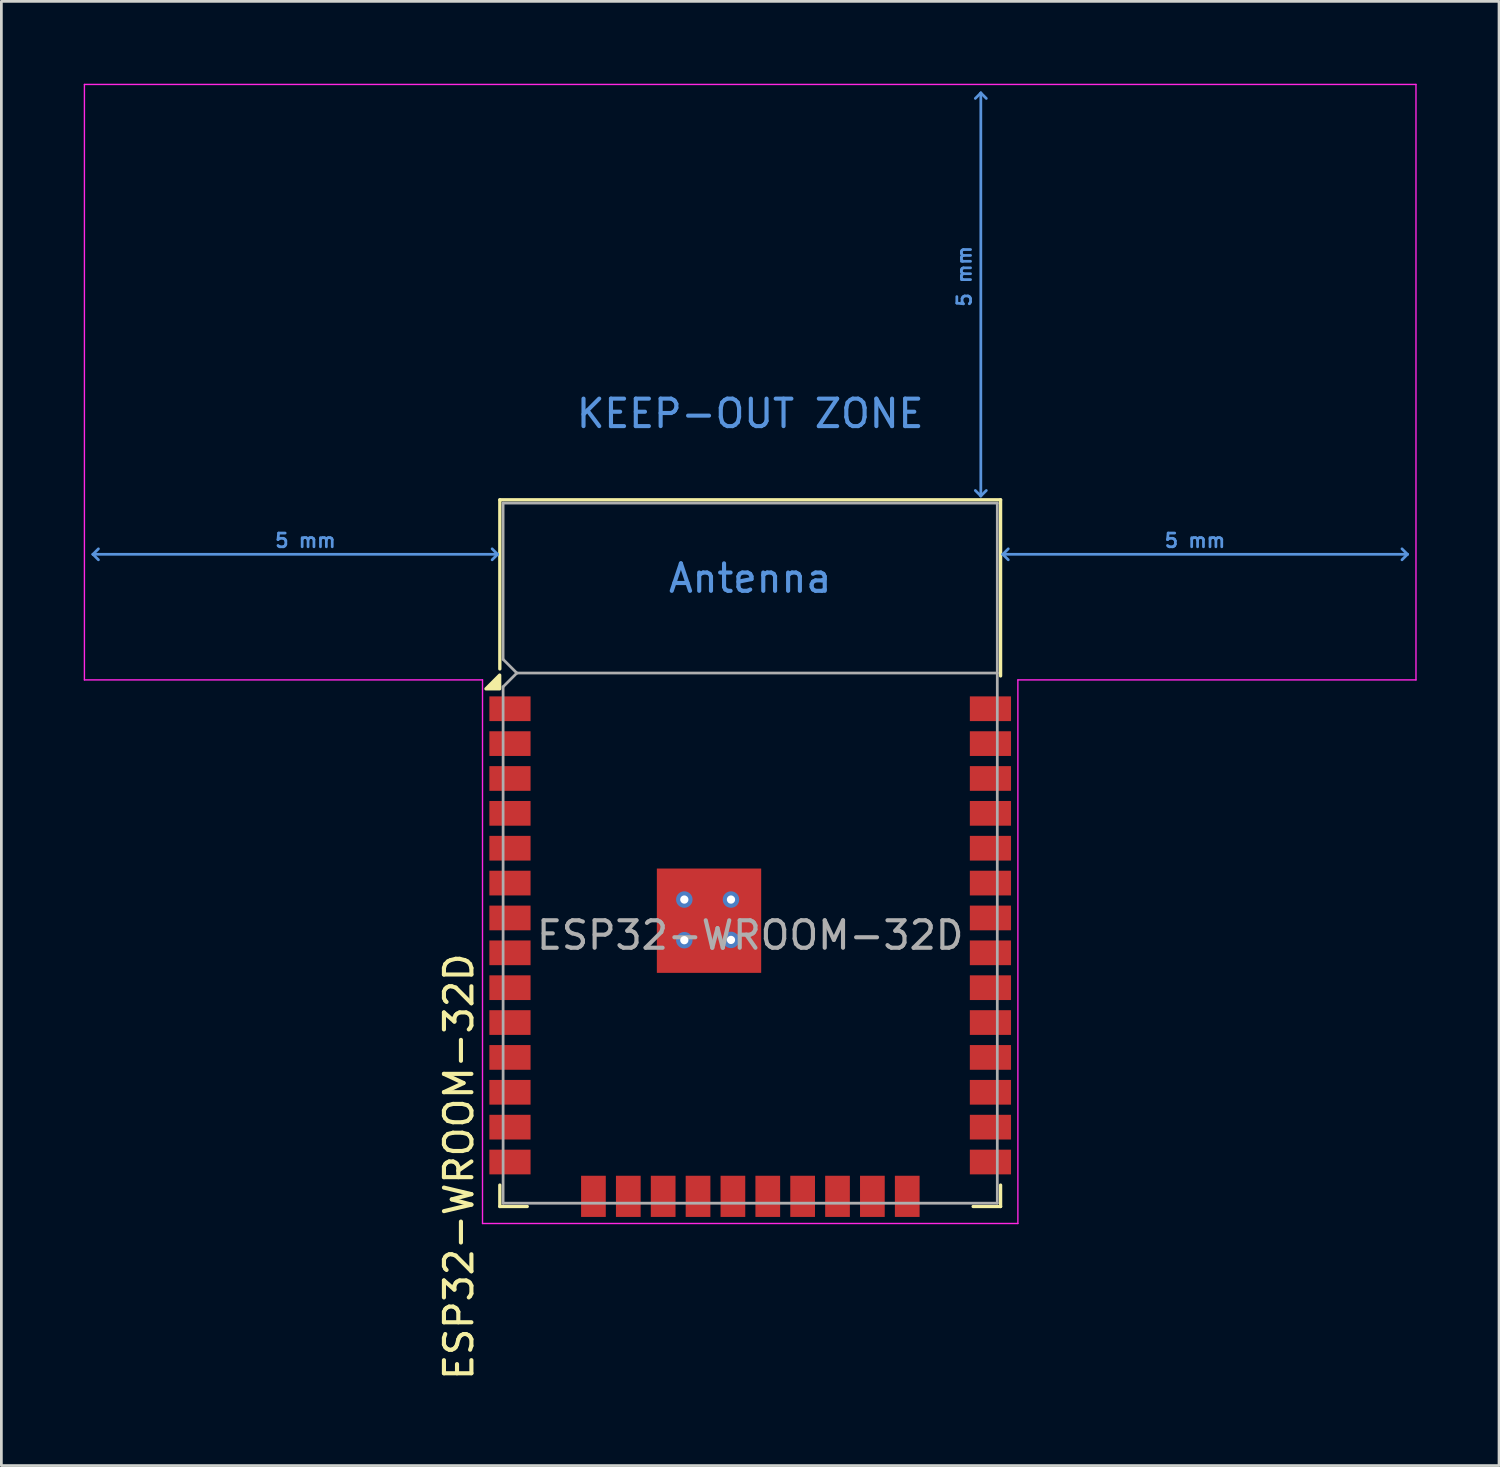
<source format=kicad_pcb>
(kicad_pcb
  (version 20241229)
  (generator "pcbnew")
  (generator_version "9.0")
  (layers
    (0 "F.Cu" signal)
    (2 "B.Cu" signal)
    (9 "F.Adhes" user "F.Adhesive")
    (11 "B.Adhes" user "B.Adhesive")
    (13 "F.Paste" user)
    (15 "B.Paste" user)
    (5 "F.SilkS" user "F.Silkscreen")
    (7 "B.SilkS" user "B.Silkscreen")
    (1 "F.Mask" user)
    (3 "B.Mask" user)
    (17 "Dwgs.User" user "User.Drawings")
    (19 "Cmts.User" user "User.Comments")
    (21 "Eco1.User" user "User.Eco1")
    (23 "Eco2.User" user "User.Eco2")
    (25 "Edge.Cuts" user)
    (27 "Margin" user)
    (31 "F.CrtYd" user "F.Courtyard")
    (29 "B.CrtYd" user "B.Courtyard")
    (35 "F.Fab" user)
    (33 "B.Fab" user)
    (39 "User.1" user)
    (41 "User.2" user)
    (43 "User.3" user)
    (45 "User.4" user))
  (footprint "ESP32-WROOM-32D"
    (layer "F.Cu")
    (at 24.275 31.015)
    (property "Reference" "ESP32-WROOM-32D" (at -10.61 8.43 90) (layer "F.SilkS") (effects (font (size 1 1) (thickness 0.15))))
    (attr smd)
    (fp_line (start -9.12 -15.86) (end -9.12 -9.7) (stroke (width 0.12) (type solid)) (layer "F.SilkS"))
    (fp_line (start -9.12 -15.86) (end 9.12 -15.86) (stroke (width 0.12) (type solid)) (layer "F.SilkS"))
    (fp_line (start -9.12 9.1) (end -9.12 9.88) (stroke (width 0.12) (type solid)) (layer "F.SilkS"))
    (fp_line (start -9.12 9.88) (end -8.12 9.88) (stroke (width 0.12) (type solid)) (layer "F.SilkS"))
    (fp_line (start 9.12 -15.86) (end 9.12 -9.445) (stroke (width 0.12) (type solid)) (layer "F.SilkS"))
    (fp_line (start 9.12 9.1) (end 9.12 9.88) (stroke (width 0.12) (type solid)) (layer "F.SilkS"))
    (fp_line (start 9.12 9.88) (end 8.12 9.88) (stroke (width 0.12) (type solid)) (layer "F.SilkS"))
    (fp_poly (pts (xy -9.125 -8.975) (xy -9.625 -8.975) (xy -9.125 -9.475) (xy -9.125 -8.975)) (stroke (width 0.12) (type solid)) (fill yes) (layer "F.SilkS"))
    (fp_line (start -23.94 -13.875) (end -23.74 -14.075) (stroke (width 0.1) (type solid)) (layer "Cmts.User"))
    (fp_line (start -23.94 -13.875) (end -23.74 -13.675) (stroke (width 0.1) (type solid)) (layer "Cmts.User"))
    (fp_line (start -23.94 -13.875) (end -9.2 -13.875) (stroke (width 0.1) (type solid)) (layer "Cmts.User"))
    (fp_line (start -9.2 -13.875) (end -9.4 -14.075) (stroke (width 0.1) (type solid)) (layer "Cmts.User"))
    (fp_line (start -9.2 -13.875) (end -9.4 -13.675) (stroke (width 0.1) (type solid)) (layer "Cmts.User"))
    (fp_line (start 8.4 -30.68) (end 8.2 -30.48) (stroke (width 0.1) (type solid)) (layer "Cmts.User"))
    (fp_line (start 8.4 -30.68) (end 8.6 -30.48) (stroke (width 0.1) (type solid)) (layer "Cmts.User"))
    (fp_line (start 8.4 -16) (end 8.2 -16.2) (stroke (width 0.1) (type solid)) (layer "Cmts.User"))
    (fp_line (start 8.4 -16) (end 8.4 -30.68) (stroke (width 0.1) (type solid)) (layer "Cmts.User"))
    (fp_line (start 8.4 -16) (end 8.6 -16.2) (stroke (width 0.1) (type solid)) (layer "Cmts.User"))
    (fp_line (start 9.2 -13.875) (end 9.4 -14.075) (stroke (width 0.1) (type solid)) (layer "Cmts.User"))
    (fp_line (start 9.2 -13.875) (end 9.4 -13.675) (stroke (width 0.1) (type solid)) (layer "Cmts.User"))
    (fp_line (start 9.2 -13.875) (end 23.94 -13.875) (stroke (width 0.1) (type solid)) (layer "Cmts.User"))
    (fp_line (start 23.94 -13.875) (end 23.74 -14.075) (stroke (width 0.1) (type solid)) (layer "Cmts.User"))
    (fp_line (start 23.94 -13.875) (end 23.74 -13.675) (stroke (width 0.1) (type solid)) (layer "Cmts.User"))
    (fp_line (start -24.25 -30.99) (end -24.25 -9.3) (stroke (width 0.05) (type solid)) (layer "F.CrtYd"))
    (fp_line (start -24.25 -30.99) (end 24.25 -30.99) (stroke (width 0.05) (type solid)) (layer "F.CrtYd"))
    (fp_line (start -24.25 -9.3) (end -9.75 -9.3) (stroke (width 0.05) (type solid)) (layer "F.CrtYd"))
    (fp_line (start -9.75 10.5) (end -9.75 -9.3) (stroke (width 0.05) (type solid)) (layer "F.CrtYd"))
    (fp_line (start -9.75 10.5) (end 9.75 10.5) (stroke (width 0.05) (type solid)) (layer "F.CrtYd"))
    (fp_line (start 9.75 -9.3) (end 9.75 10.5) (stroke (width 0.05) (type solid)) (layer "F.CrtYd"))
    (fp_line (start 9.75 -9.3) (end 24.25 -9.3) (stroke (width 0.05) (type solid)) (layer "F.CrtYd"))
    (fp_line (start 24.25 -30.99) (end 24.25 -9.3) (stroke (width 0.05) (type solid)) (layer "F.CrtYd"))
    (fp_line (start -9 -15.74) (end -9 -10.05) (stroke (width 0.1) (type solid)) (layer "F.Fab"))
    (fp_line (start -9 -15.74) (end 9 -15.74) (stroke (width 0.1) (type solid)) (layer "F.Fab"))
    (fp_line (start -9 -9.05) (end -9 9.76) (stroke (width 0.1) (type solid)) (layer "F.Fab"))
    (fp_line (start -9 -9.05) (end -8.5 -9.55) (stroke (width 0.1) (type solid)) (layer "F.Fab"))
    (fp_line (start -9 9.76) (end 9 9.76) (stroke (width 0.1) (type solid)) (layer "F.Fab"))
    (fp_line (start -8.5 -9.55) (end -9 -10.05) (stroke (width 0.1) (type solid)) (layer "F.Fab"))
    (fp_line (start -8.5 -9.55) (end 9 -9.55) (stroke (width 0.1) (type solid)) (layer "F.Fab"))
    (fp_line (start 9 9.76) (end 9 -15.74) (stroke (width 0.1) (type solid)) (layer "F.Fab"))
    (fp_text user "5 mm" (at -16.2 -14.375 0) (layer "Cmts.User") (effects (font (size 0.5 0.5) (thickness 0.1))))
    (fp_text user "Antenna" (at 0 -13 0) (layer "Cmts.User") (effects (font (size 1 1) (thickness 0.15))))
    (fp_text user "5 mm" (at 16.2 -14.375 0) (layer "Cmts.User") (effects (font (size 0.5 0.5) (thickness 0.1))))
    (fp_text user "5 mm" (at 7.8 -24 90) (layer "Cmts.User") (effects (font (size 0.5 0.5) (thickness 0.1))))
    (fp_text user "KEEP-OUT ZONE" (at 0 -19 0) (layer "Cmts.User") (effects (font (size 1 1) (thickness 0.15))))
    (fp_text user "${REFERENCE}" (at 0 0 0) (layer "F.Fab") (effects (font (size 1 1) (thickness 0.15))))
    (pad "1" smd rect (at -8.75 -8.25) (size 1.5 0.9) (layers "F.Cu" "F.Mask" "F.Paste"))
    (pad "2" smd rect (at -8.75 -6.98) (size 1.5 0.9) (layers "F.Cu" "F.Mask" "F.Paste"))
    (pad "3" smd rect (at -8.75 -5.71) (size 1.5 0.9) (layers "F.Cu" "F.Mask" "F.Paste"))
    (pad "4" smd rect (at -8.75 -4.44) (size 1.5 0.9) (layers "F.Cu" "F.Mask" "F.Paste"))
    (pad "5" smd rect (at -8.75 -3.17) (size 1.5 0.9) (layers "F.Cu" "F.Mask" "F.Paste"))
    (pad "6" smd rect (at -8.75 -1.9) (size 1.5 0.9) (layers "F.Cu" "F.Mask" "F.Paste"))
    (pad "7" smd rect (at -8.75 -0.63) (size 1.5 0.9) (layers "F.Cu" "F.Mask" "F.Paste"))
    (pad "8" smd rect (at -8.75 0.64) (size 1.5 0.9) (layers "F.Cu" "F.Mask" "F.Paste"))
    (pad "9" smd rect (at -8.75 1.91) (size 1.5 0.9) (layers "F.Cu" "F.Mask" "F.Paste"))
    (pad "10" smd rect (at -8.75 3.18) (size 1.5 0.9) (layers "F.Cu" "F.Mask" "F.Paste"))
    (pad "11" smd rect (at -8.75 4.45) (size 1.5 0.9) (layers "F.Cu" "F.Mask" "F.Paste"))
    (pad "12" smd rect (at -8.75 5.72) (size 1.5 0.9) (layers "F.Cu" "F.Mask" "F.Paste"))
    (pad "13" smd rect (at -8.75 6.99) (size 1.5 0.9) (layers "F.Cu" "F.Mask" "F.Paste"))
    (pad "14" smd rect (at -8.75 8.26) (size 1.5 0.9) (layers "F.Cu" "F.Mask" "F.Paste"))
    (pad "15" smd rect (at -5.71 9.51 90) (size 1.5 0.9) (layers "F.Cu" "F.Mask" "F.Paste"))
    (pad "16" smd rect (at -4.44 9.51 90) (size 1.5 0.9) (layers "F.Cu" "F.Mask" "F.Paste"))
    (pad "17" smd rect (at -3.17 9.51 90) (size 1.5 0.9) (layers "F.Cu" "F.Mask" "F.Paste"))
    (pad "18" smd rect (at -1.9 9.51 90) (size 1.5 0.9) (layers "F.Cu" "F.Mask" "F.Paste"))
    (pad "19" smd rect (at -0.63 9.51 90) (size 1.5 0.9) (layers "F.Cu" "F.Mask" "F.Paste"))
    (pad "20" smd rect (at 0.64 9.51 90) (size 1.5 0.9) (layers "F.Cu" "F.Mask" "F.Paste"))
    (pad "21" smd rect (at 1.91 9.51 90) (size 1.5 0.9) (layers "F.Cu" "F.Mask" "F.Paste"))
    (pad "22" smd rect (at 3.18 9.51 90) (size 1.5 0.9) (layers "F.Cu" "F.Mask" "F.Paste"))
    (pad "23" smd rect (at 4.45 9.51 90) (size 1.5 0.9) (layers "F.Cu" "F.Mask" "F.Paste"))
    (pad "24" smd rect (at 5.72 9.51 90) (size 1.5 0.9) (layers "F.Cu" "F.Mask" "F.Paste"))
    (pad "25" smd rect (at 8.75 8.26) (size 1.5 0.9) (layers "F.Cu" "F.Mask" "F.Paste"))
    (pad "26" smd rect (at 8.75 6.99) (size 1.5 0.9) (layers "F.Cu" "F.Mask" "F.Paste"))
    (pad "27" smd rect (at 8.75 5.72) (size 1.5 0.9) (layers "F.Cu" "F.Mask" "F.Paste"))
    (pad "28" smd rect (at 8.75 4.45) (size 1.5 0.9) (layers "F.Cu" "F.Mask" "F.Paste"))
    (pad "29" smd rect (at 8.75 3.18) (size 1.5 0.9) (layers "F.Cu" "F.Mask" "F.Paste"))
    (pad "30" smd rect (at 8.75 1.91) (size 1.5 0.9) (layers "F.Cu" "F.Mask" "F.Paste"))
    (pad "31" smd rect (at 8.75 0.64) (size 1.5 0.9) (layers "F.Cu" "F.Mask" "F.Paste"))
    (pad "32" smd rect (at 8.75 -0.63) (size 1.5 0.9) (layers "F.Cu" "F.Mask" "F.Paste"))
    (pad "33" smd rect (at 8.75 -1.9) (size 1.5 0.9) (layers "F.Cu" "F.Mask" "F.Paste"))
    (pad "34" smd rect (at 8.75 -3.17) (size 1.5 0.9) (layers "F.Cu" "F.Mask" "F.Paste"))
    (pad "35" smd rect (at 8.75 -4.44) (size 1.5 0.9) (layers "F.Cu" "F.Mask" "F.Paste"))
    (pad "36" smd rect (at 8.75 -5.71) (size 1.5 0.9) (layers "F.Cu" "F.Mask" "F.Paste"))
    (pad "37" smd rect (at 8.75 -6.98) (size 1.5 0.9) (layers "F.Cu" "F.Mask" "F.Paste"))
    (pad "38" smd rect (at 8.75 -8.25) (size 1.5 0.9) (layers "F.Cu" "F.Mask" "F.Paste"))
    (pad "39" smd rect (at -2.9 -1.93) (size 0.9 0.9) (layers "F.Cu" "F.Paste"))
    (pad "39" smd rect (at -2.9 -0.53) (size 0.9 0.9) (layers "F.Cu" "F.Paste"))
    (pad "39" smd rect (at -2.9 0.87) (size 0.9 0.9) (layers "F.Cu" "F.Paste"))
    (pad "39" thru_hole circle (at -2.4 -1.3) (size 0.6 0.6) (drill 0.3) (property pad_prop_heatsink) (layers "*.Cu" "F.Mask"))
    (pad "39" thru_hole circle (at -2.4 0.18) (size 0.6 0.6) (drill 0.3) (property pad_prop_heatsink) (layers "*.Cu" "F.Mask"))
    (pad "39" smd rect (at -1.5 -1.93) (size 0.9 0.9) (layers "F.Cu" "F.Paste"))
    (pad "39" smd rect (at -1.5 -0.53) (size 0.9 0.9) (layers "F.Cu" "F.Paste"))
    (pad "39" smd rect (at -1.5 -0.53) (size 3.8 3.8) (layers "F.Cu" "F.Mask"))
    (pad "39" smd rect (at -1.5 0.87) (size 0.9 0.9) (layers "F.Cu" "F.Paste"))
    (pad "39" thru_hole circle (at -0.7 -1.3) (size 0.6 0.6) (drill 0.3) (property pad_prop_heatsink) (layers "*.Cu" "F.Mask"))
    (pad "39" thru_hole circle (at -0.7 0.17) (size 0.6 0.6) (drill 0.3) (property pad_prop_heatsink) (layers "*.Cu" "F.Mask"))
    (pad "39" smd rect (at -0.1 -1.93) (size 0.9 0.9) (layers "F.Cu" "F.Paste"))
    (pad "39" smd rect (at -0.1 -0.53) (size 0.9 0.9) (layers "F.Cu" "F.Paste"))
    (pad "39" smd rect (at -0.1 0.87) (size 0.9 0.9) (layers "F.Cu" "F.Paste"))
    (zone (net_name "") (layers "F.Cu" "B.Cu") (hatch full 0.508) (connect_pads) (min_thickness 0.254) (filled_areas_thickness no) (keepout (tracks not_allowed) (vias not_allowed) (pads not_allowed) (copperpour not_allowed) (footprints not_allowed)) (placement (enabled no)) (fill) (polygon (pts (xy 0.275 21.465) (xy 48.275 21.465) (xy 48.275 0.275) (xy 0.275 0.275)))))
  (gr_rect
    (start -3 -3)
    (end 51.55 50.332)
    (stroke (width 0.1) (type default))
    (fill no)
    (layer "Edge.Cuts")))
</source>
